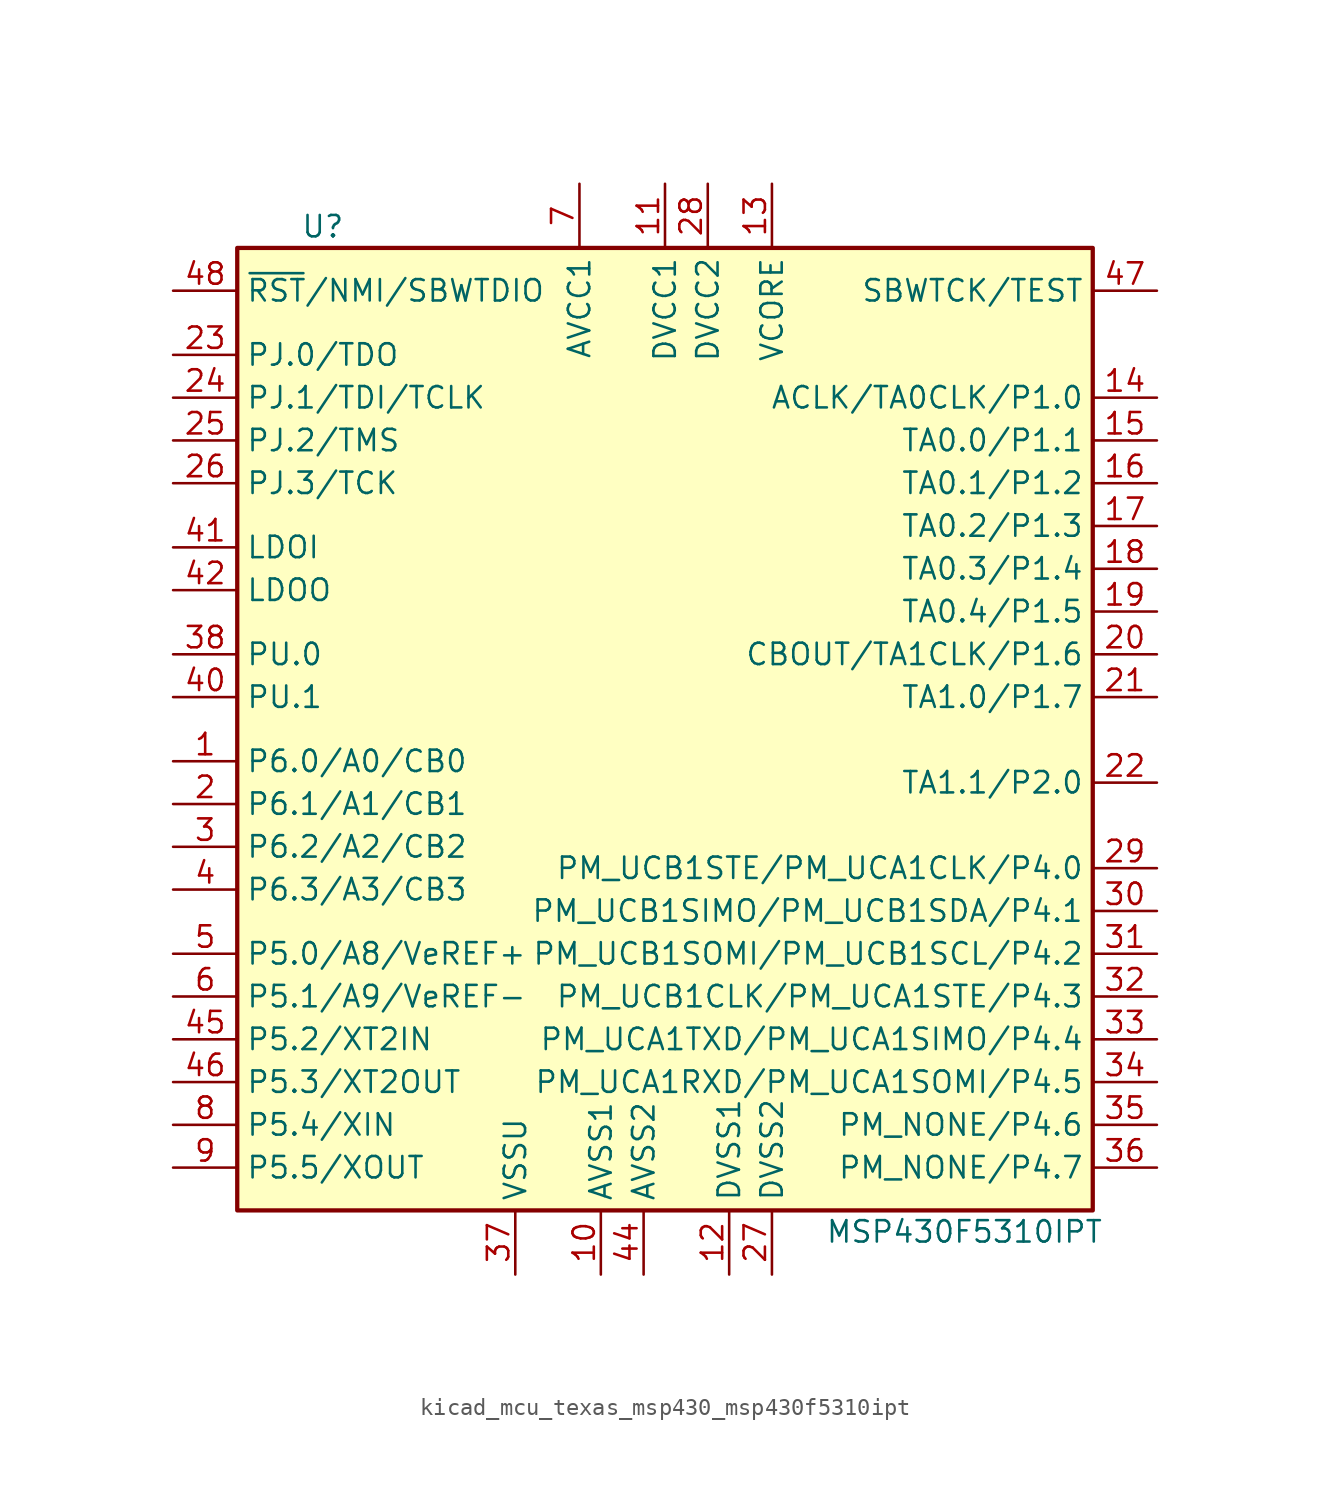
<source format=kicad_sym>
(kicad_symbol_lib
  (version 20220914)
  (generator kicad_symbol_editor)
  (symbol "kicad_mcu_texas_msp430_msp430f5310ipt"
    (property "Reference" "U"
      (at -21.59 30.48 0)
      (effects (font (size 1.27 1.27))))
    (property "Value" "MSP430F5310IPT"
      (at 16.51 -29.21 0)
      (effects (font (size 1.27 1.27))))
    (symbol "kicad_mcu_texas_msp430_msp430f5310ipt_0_1"
      (rectangle (start -26.67 29.21) (end 24.13 -27.94) (stroke (width 0.254) (type default)) (fill (type background))))
    (symbol "kicad_mcu_texas_msp430_msp430f5310ipt_1_1"
      (pin bidirectional line (at -30.48 -1.27 0) (length 3.81) (name "P6.0/A0/CB0" (effects (font (size 1.27 1.27)))) (number "1" (effects (font (size 1.27 1.27)))))
      (pin power_in line (at -5.08 -31.75 90) (length 3.81) (name "AVSS1" (effects (font (size 1.27 1.27)))) (number "10" (effects (font (size 1.27 1.27)))))
      (pin power_in line (at -1.27 33.02 270) (length 3.81) (name "DVCC1" (effects (font (size 1.27 1.27)))) (number "11" (effects (font (size 1.27 1.27)))))
      (pin power_in line (at 2.54 -31.75 90) (length 3.81) (name "DVSS1" (effects (font (size 1.27 1.27)))) (number "12" (effects (font (size 1.27 1.27)))))
      (pin bidirectional line (at 5.08 33.02 270) (length 3.81) (name "VCORE" (effects (font (size 1.27 1.27)))) (number "13" (effects (font (size 1.27 1.27)))))
      (pin bidirectional line (at 27.94 20.32 180) (length 3.81) (name "ACLK/TA0CLK/P1.0" (effects (font (size 1.27 1.27)))) (number "14" (effects (font (size 1.27 1.27)))))
      (pin bidirectional line (at 27.94 17.78 180) (length 3.81) (name "TA0.0/P1.1" (effects (font (size 1.27 1.27)))) (number "15" (effects (font (size 1.27 1.27)))))
      (pin bidirectional line (at 27.94 15.24 180) (length 3.81) (name "TA0.1/P1.2" (effects (font (size 1.27 1.27)))) (number "16" (effects (font (size 1.27 1.27)))))
      (pin bidirectional line (at 27.94 12.7 180) (length 3.81) (name "TA0.2/P1.3" (effects (font (size 1.27 1.27)))) (number "17" (effects (font (size 1.27 1.27)))))
      (pin bidirectional line (at 27.94 10.16 180) (length 3.81) (name "TA0.3/P1.4" (effects (font (size 1.27 1.27)))) (number "18" (effects (font (size 1.27 1.27)))))
      (pin bidirectional line (at 27.94 7.62 180) (length 3.81) (name "TA0.4/P1.5" (effects (font (size 1.27 1.27)))) (number "19" (effects (font (size 1.27 1.27)))))
      (pin bidirectional line (at -30.48 -3.81 0) (length 3.81) (name "P6.1/A1/CB1" (effects (font (size 1.27 1.27)))) (number "2" (effects (font (size 1.27 1.27)))))
      (pin bidirectional line (at 27.94 5.08 180) (length 3.81) (name "CBOUT/TA1CLK/P1.6" (effects (font (size 1.27 1.27)))) (number "20" (effects (font (size 1.27 1.27)))))
      (pin bidirectional line (at 27.94 2.54 180) (length 3.81) (name "TA1.0/P1.7" (effects (font (size 1.27 1.27)))) (number "21" (effects (font (size 1.27 1.27)))))
      (pin bidirectional line (at 27.94 -2.54 180) (length 3.81) (name "TA1.1/P2.0" (effects (font (size 1.27 1.27)))) (number "22" (effects (font (size 1.27 1.27)))))
      (pin bidirectional line (at -30.48 22.86 0) (length 3.81) (name "PJ.0/TDO" (effects (font (size 1.27 1.27)))) (number "23" (effects (font (size 1.27 1.27)))))
      (pin bidirectional line (at -30.48 20.32 0) (length 3.81) (name "PJ.1/TDI/TCLK" (effects (font (size 1.27 1.27)))) (number "24" (effects (font (size 1.27 1.27)))))
      (pin bidirectional line (at -30.48 17.78 0) (length 3.81) (name "PJ.2/TMS" (effects (font (size 1.27 1.27)))) (number "25" (effects (font (size 1.27 1.27)))))
      (pin bidirectional line (at -30.48 15.24 0) (length 3.81) (name "PJ.3/TCK" (effects (font (size 1.27 1.27)))) (number "26" (effects (font (size 1.27 1.27)))))
      (pin power_in line (at 5.08 -31.75 90) (length 3.81) (name "DVSS2" (effects (font (size 1.27 1.27)))) (number "27" (effects (font (size 1.27 1.27)))))
      (pin power_in line (at 1.27 33.02 270) (length 3.81) (name "DVCC2" (effects (font (size 1.27 1.27)))) (number "28" (effects (font (size 1.27 1.27)))))
      (pin bidirectional line (at 27.94 -7.62 180) (length 3.81) (name "PM_UCB1STE/PM_UCA1CLK/P4.0" (effects (font (size 1.27 1.27)))) (number "29" (effects (font (size 1.27 1.27)))))
      (pin bidirectional line (at -30.48 -6.35 0) (length 3.81) (name "P6.2/A2/CB2" (effects (font (size 1.27 1.27)))) (number "3" (effects (font (size 1.27 1.27)))))
      (pin bidirectional line (at 27.94 -10.16 180) (length 3.81) (name "PM_UCB1SIMO/PM_UCB1SDA/P4.1" (effects (font (size 1.27 1.27)))) (number "30" (effects (font (size 1.27 1.27)))))
      (pin bidirectional line (at 27.94 -12.7 180) (length 3.81) (name "PM_UCB1SOMI/PM_UCB1SCL/P4.2" (effects (font (size 1.27 1.27)))) (number "31" (effects (font (size 1.27 1.27)))))
      (pin bidirectional line (at 27.94 -15.24 180) (length 3.81) (name "PM_UCB1CLK/PM_UCA1STE/P4.3" (effects (font (size 1.27 1.27)))) (number "32" (effects (font (size 1.27 1.27)))))
      (pin bidirectional line (at 27.94 -17.78 180) (length 3.81) (name "PM_UCA1TXD/PM_UCA1SIMO/P4.4" (effects (font (size 1.27 1.27)))) (number "33" (effects (font (size 1.27 1.27)))))
      (pin bidirectional line (at 27.94 -20.32 180) (length 3.81) (name "PM_UCA1RXD/PM_UCA1SOMI/P4.5" (effects (font (size 1.27 1.27)))) (number "34" (effects (font (size 1.27 1.27)))))
      (pin bidirectional line (at 27.94 -22.86 180) (length 3.81) (name "PM_NONE/P4.6" (effects (font (size 1.27 1.27)))) (number "35" (effects (font (size 1.27 1.27)))))
      (pin bidirectional line (at 27.94 -25.4 180) (length 3.81) (name "PM_NONE/P4.7" (effects (font (size 1.27 1.27)))) (number "36" (effects (font (size 1.27 1.27)))))
      (pin power_in line (at -10.16 -31.75 90) (length 3.81) (name "VSSU" (effects (font (size 1.27 1.27)))) (number "37" (effects (font (size 1.27 1.27)))))
      (pin bidirectional line (at -30.48 5.08 0) (length 3.81) (name "PU.0" (effects (font (size 1.27 1.27)))) (number "38" (effects (font (size 1.27 1.27)))))
      (pin bidirectional line (at -30.48 -8.89 0) (length 3.81) (name "P6.3/A3/CB3" (effects (font (size 1.27 1.27)))) (number "4" (effects (font (size 1.27 1.27)))))
      (pin bidirectional line (at -30.48 2.54 0) (length 3.81) (name "PU.1" (effects (font (size 1.27 1.27)))) (number "40" (effects (font (size 1.27 1.27)))))
      (pin power_in line (at -30.48 11.43 0) (length 3.81) (name "LDOI" (effects (font (size 1.27 1.27)))) (number "41" (effects (font (size 1.27 1.27)))))
      (pin power_out line (at -30.48 8.89 0) (length 3.81) (name "LDOO" (effects (font (size 1.27 1.27)))) (number "42" (effects (font (size 1.27 1.27)))))
      (pin power_in line (at -2.54 -31.75 90) (length 3.81) (name "AVSS2" (effects (font (size 1.27 1.27)))) (number "44" (effects (font (size 1.27 1.27)))))
      (pin bidirectional line (at -30.48 -17.78 0) (length 3.81) (name "P5.2/XT2IN" (effects (font (size 1.27 1.27)))) (number "45" (effects (font (size 1.27 1.27)))))
      (pin bidirectional line (at -30.48 -20.32 0) (length 3.81) (name "P5.3/XT2OUT" (effects (font (size 1.27 1.27)))) (number "46" (effects (font (size 1.27 1.27)))))
      (pin input line (at 27.94 26.67 180) (length 3.81) (name "SBWTCK/TEST" (effects (font (size 1.27 1.27)))) (number "47" (effects (font (size 1.27 1.27)))))
      (pin input line (at -30.48 26.67 0) (length 3.81) (name "~{RST}/NMI/SBWTDIO" (effects (font (size 1.27 1.27)))) (number "48" (effects (font (size 1.27 1.27)))))
      (pin bidirectional line (at -30.48 -12.7 0) (length 3.81) (name "P5.0/A8/VeREF+" (effects (font (size 1.27 1.27)))) (number "5" (effects (font (size 1.27 1.27)))))
      (pin bidirectional line (at -30.48 -15.24 0) (length 3.81) (name "P5.1/A9/VeREF-" (effects (font (size 1.27 1.27)))) (number "6" (effects (font (size 1.27 1.27)))))
      (pin power_in line (at -6.35 33.02 270) (length 3.81) (name "AVCC1" (effects (font (size 1.27 1.27)))) (number "7" (effects (font (size 1.27 1.27)))))
      (pin bidirectional line (at -30.48 -22.86 0) (length 3.81) (name "P5.4/XIN" (effects (font (size 1.27 1.27)))) (number "8" (effects (font (size 1.27 1.27)))))
      (pin bidirectional line (at -30.48 -25.4 0) (length 3.81) (name "P5.5/XOUT" (effects (font (size 1.27 1.27)))) (number "9" (effects (font (size 1.27 1.27))))))))
</source>
